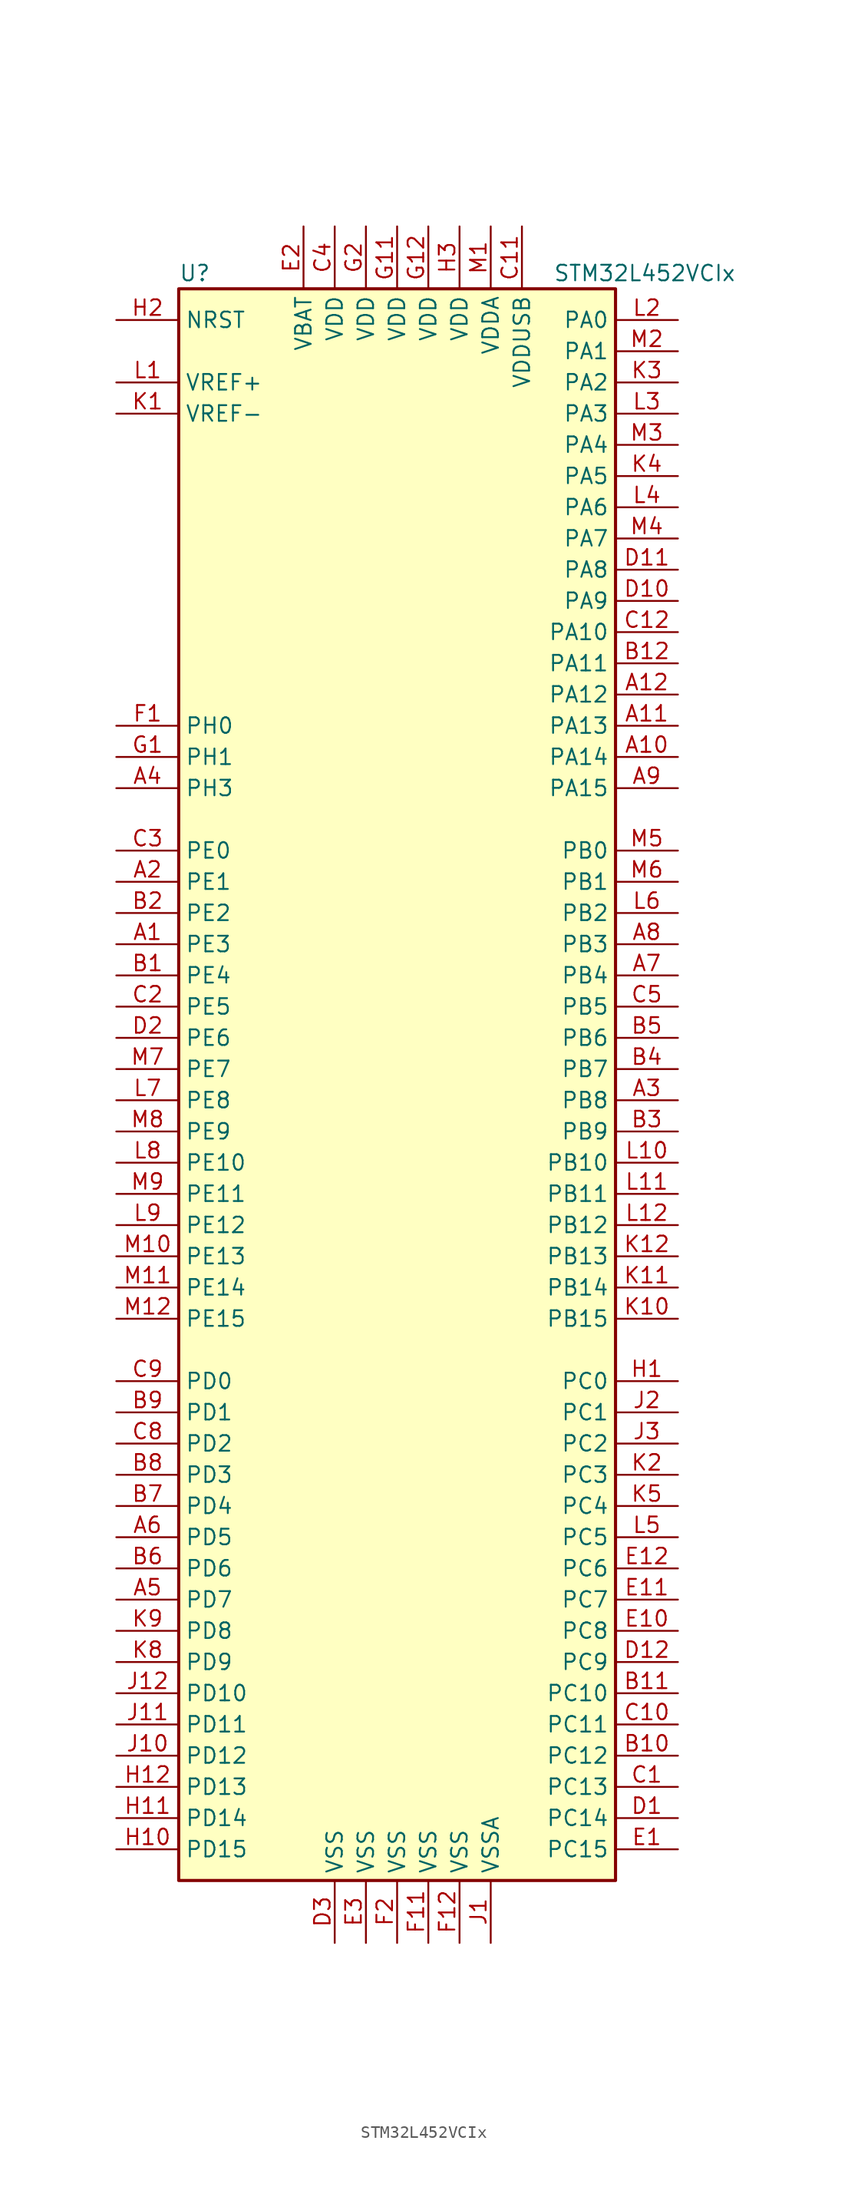
<source format=kicad_sym>
(kicad_symbol_lib
  (version 20201005)
  (generator kicad_symbol_editor)
  (symbol "STM32L452VCIx"
    (property "Reference" "U"
      (at -17.78 64.77 0)
      (effects (font (size 1.27 1.27)) (justify left)))
    (property "Value" "STM32L452VCIx"
      (at 12.7 64.77 0)
      (effects (font (size 1.27 1.27)) (justify left)))
    (symbol "STM32L452VCIx_0_1"
      (rectangle (start -17.78 -66.04) (end 17.78 63.5) (stroke (width 0.254)) (fill (type background))))
    (symbol "STM32L452VCIx_1_1"
      (pin input line (at -22.86 60.96 0) (length 5.08) (name "NRST" (effects (font (size 1.27 1.27)))) (number "H2" (effects (font (size 1.27 1.27)))))
      (pin bidirectional line (at 22.86 60.96 180) (length 5.08) (name "PA0" (effects (font (size 1.27 1.27)))) (number "L2" (effects (font (size 1.27 1.27)))))
      (pin bidirectional line (at 22.86 58.42 180) (length 5.08) (name "PA1" (effects (font (size 1.27 1.27)))) (number "M2" (effects (font (size 1.27 1.27)))))
      (pin bidirectional line (at 22.86 35.56 180) (length 5.08) (name "PA10" (effects (font (size 1.27 1.27)))) (number "C12" (effects (font (size 1.27 1.27)))))
      (pin bidirectional line (at 22.86 33.02 180) (length 5.08) (name "PA11" (effects (font (size 1.27 1.27)))) (number "B12" (effects (font (size 1.27 1.27)))))
      (pin bidirectional line (at 22.86 30.48 180) (length 5.08) (name "PA12" (effects (font (size 1.27 1.27)))) (number "A12" (effects (font (size 1.27 1.27)))))
      (pin bidirectional line (at 22.86 27.94 180) (length 5.08) (name "PA13" (effects (font (size 1.27 1.27)))) (number "A11" (effects (font (size 1.27 1.27)))))
      (pin bidirectional line (at 22.86 25.4 180) (length 5.08) (name "PA14" (effects (font (size 1.27 1.27)))) (number "A10" (effects (font (size 1.27 1.27)))))
      (pin bidirectional line (at 22.86 22.86 180) (length 5.08) (name "PA15" (effects (font (size 1.27 1.27)))) (number "A9" (effects (font (size 1.27 1.27)))))
      (pin bidirectional line (at 22.86 55.88 180) (length 5.08) (name "PA2" (effects (font (size 1.27 1.27)))) (number "K3" (effects (font (size 1.27 1.27)))))
      (pin bidirectional line (at 22.86 53.34 180) (length 5.08) (name "PA3" (effects (font (size 1.27 1.27)))) (number "L3" (effects (font (size 1.27 1.27)))))
      (pin bidirectional line (at 22.86 50.8 180) (length 5.08) (name "PA4" (effects (font (size 1.27 1.27)))) (number "M3" (effects (font (size 1.27 1.27)))))
      (pin bidirectional line (at 22.86 48.26 180) (length 5.08) (name "PA5" (effects (font (size 1.27 1.27)))) (number "K4" (effects (font (size 1.27 1.27)))))
      (pin bidirectional line (at 22.86 45.72 180) (length 5.08) (name "PA6" (effects (font (size 1.27 1.27)))) (number "L4" (effects (font (size 1.27 1.27)))))
      (pin bidirectional line (at 22.86 43.18 180) (length 5.08) (name "PA7" (effects (font (size 1.27 1.27)))) (number "M4" (effects (font (size 1.27 1.27)))))
      (pin bidirectional line (at 22.86 40.64 180) (length 5.08) (name "PA8" (effects (font (size 1.27 1.27)))) (number "D11" (effects (font (size 1.27 1.27)))))
      (pin bidirectional line (at 22.86 38.1 180) (length 5.08) (name "PA9" (effects (font (size 1.27 1.27)))) (number "D10" (effects (font (size 1.27 1.27)))))
      (pin bidirectional line (at 22.86 17.78 180) (length 5.08) (name "PB0" (effects (font (size 1.27 1.27)))) (number "M5" (effects (font (size 1.27 1.27)))))
      (pin bidirectional line (at 22.86 15.24 180) (length 5.08) (name "PB1" (effects (font (size 1.27 1.27)))) (number "M6" (effects (font (size 1.27 1.27)))))
      (pin bidirectional line (at 22.86 -7.62 180) (length 5.08) (name "PB10" (effects (font (size 1.27 1.27)))) (number "L10" (effects (font (size 1.27 1.27)))))
      (pin bidirectional line (at 22.86 -10.16 180) (length 5.08) (name "PB11" (effects (font (size 1.27 1.27)))) (number "L11" (effects (font (size 1.27 1.27)))))
      (pin bidirectional line (at 22.86 -12.7 180) (length 5.08) (name "PB12" (effects (font (size 1.27 1.27)))) (number "L12" (effects (font (size 1.27 1.27)))))
      (pin bidirectional line (at 22.86 -15.24 180) (length 5.08) (name "PB13" (effects (font (size 1.27 1.27)))) (number "K12" (effects (font (size 1.27 1.27)))))
      (pin bidirectional line (at 22.86 -17.78 180) (length 5.08) (name "PB14" (effects (font (size 1.27 1.27)))) (number "K11" (effects (font (size 1.27 1.27)))))
      (pin bidirectional line (at 22.86 -20.32 180) (length 5.08) (name "PB15" (effects (font (size 1.27 1.27)))) (number "K10" (effects (font (size 1.27 1.27)))))
      (pin bidirectional line (at 22.86 12.7 180) (length 5.08) (name "PB2" (effects (font (size 1.27 1.27)))) (number "L6" (effects (font (size 1.27 1.27)))))
      (pin bidirectional line (at 22.86 10.16 180) (length 5.08) (name "PB3" (effects (font (size 1.27 1.27)))) (number "A8" (effects (font (size 1.27 1.27)))))
      (pin bidirectional line (at 22.86 7.62 180) (length 5.08) (name "PB4" (effects (font (size 1.27 1.27)))) (number "A7" (effects (font (size 1.27 1.27)))))
      (pin bidirectional line (at 22.86 5.08 180) (length 5.08) (name "PB5" (effects (font (size 1.27 1.27)))) (number "C5" (effects (font (size 1.27 1.27)))))
      (pin bidirectional line (at 22.86 2.54 180) (length 5.08) (name "PB6" (effects (font (size 1.27 1.27)))) (number "B5" (effects (font (size 1.27 1.27)))))
      (pin bidirectional line (at 22.86 0 180) (length 5.08) (name "PB7" (effects (font (size 1.27 1.27)))) (number "B4" (effects (font (size 1.27 1.27)))))
      (pin bidirectional line (at 22.86 -2.54 180) (length 5.08) (name "PB8" (effects (font (size 1.27 1.27)))) (number "A3" (effects (font (size 1.27 1.27)))))
      (pin bidirectional line (at 22.86 -5.08 180) (length 5.08) (name "PB9" (effects (font (size 1.27 1.27)))) (number "B3" (effects (font (size 1.27 1.27)))))
      (pin bidirectional line (at 22.86 -25.4 180) (length 5.08) (name "PC0" (effects (font (size 1.27 1.27)))) (number "H1" (effects (font (size 1.27 1.27)))))
      (pin bidirectional line (at 22.86 -27.94 180) (length 5.08) (name "PC1" (effects (font (size 1.27 1.27)))) (number "J2" (effects (font (size 1.27 1.27)))))
      (pin bidirectional line (at 22.86 -50.8 180) (length 5.08) (name "PC10" (effects (font (size 1.27 1.27)))) (number "B11" (effects (font (size 1.27 1.27)))))
      (pin bidirectional line (at 22.86 -53.34 180) (length 5.08) (name "PC11" (effects (font (size 1.27 1.27)))) (number "C10" (effects (font (size 1.27 1.27)))))
      (pin bidirectional line (at 22.86 -55.88 180) (length 5.08) (name "PC12" (effects (font (size 1.27 1.27)))) (number "B10" (effects (font (size 1.27 1.27)))))
      (pin bidirectional line (at 22.86 -58.42 180) (length 5.08) (name "PC13" (effects (font (size 1.27 1.27)))) (number "C1" (effects (font (size 1.27 1.27)))))
      (pin bidirectional line (at 22.86 -60.96 180) (length 5.08) (name "PC14" (effects (font (size 1.27 1.27)))) (number "D1" (effects (font (size 1.27 1.27)))))
      (pin bidirectional line (at 22.86 -63.5 180) (length 5.08) (name "PC15" (effects (font (size 1.27 1.27)))) (number "E1" (effects (font (size 1.27 1.27)))))
      (pin bidirectional line (at 22.86 -30.48 180) (length 5.08) (name "PC2" (effects (font (size 1.27 1.27)))) (number "J3" (effects (font (size 1.27 1.27)))))
      (pin bidirectional line (at 22.86 -33.02 180) (length 5.08) (name "PC3" (effects (font (size 1.27 1.27)))) (number "K2" (effects (font (size 1.27 1.27)))))
      (pin bidirectional line (at 22.86 -35.56 180) (length 5.08) (name "PC4" (effects (font (size 1.27 1.27)))) (number "K5" (effects (font (size 1.27 1.27)))))
      (pin bidirectional line (at 22.86 -38.1 180) (length 5.08) (name "PC5" (effects (font (size 1.27 1.27)))) (number "L5" (effects (font (size 1.27 1.27)))))
      (pin bidirectional line (at 22.86 -40.64 180) (length 5.08) (name "PC6" (effects (font (size 1.27 1.27)))) (number "E12" (effects (font (size 1.27 1.27)))))
      (pin bidirectional line (at 22.86 -43.18 180) (length 5.08) (name "PC7" (effects (font (size 1.27 1.27)))) (number "E11" (effects (font (size 1.27 1.27)))))
      (pin bidirectional line (at 22.86 -45.72 180) (length 5.08) (name "PC8" (effects (font (size 1.27 1.27)))) (number "E10" (effects (font (size 1.27 1.27)))))
      (pin bidirectional line (at 22.86 -48.26 180) (length 5.08) (name "PC9" (effects (font (size 1.27 1.27)))) (number "D12" (effects (font (size 1.27 1.27)))))
      (pin bidirectional line (at -22.86 -25.4 0) (length 5.08) (name "PD0" (effects (font (size 1.27 1.27)))) (number "C9" (effects (font (size 1.27 1.27)))))
      (pin bidirectional line (at -22.86 -27.94 0) (length 5.08) (name "PD1" (effects (font (size 1.27 1.27)))) (number "B9" (effects (font (size 1.27 1.27)))))
      (pin bidirectional line (at -22.86 -50.8 0) (length 5.08) (name "PD10" (effects (font (size 1.27 1.27)))) (number "J12" (effects (font (size 1.27 1.27)))))
      (pin bidirectional line (at -22.86 -53.34 0) (length 5.08) (name "PD11" (effects (font (size 1.27 1.27)))) (number "J11" (effects (font (size 1.27 1.27)))))
      (pin bidirectional line (at -22.86 -55.88 0) (length 5.08) (name "PD12" (effects (font (size 1.27 1.27)))) (number "J10" (effects (font (size 1.27 1.27)))))
      (pin bidirectional line (at -22.86 -58.42 0) (length 5.08) (name "PD13" (effects (font (size 1.27 1.27)))) (number "H12" (effects (font (size 1.27 1.27)))))
      (pin bidirectional line (at -22.86 -60.96 0) (length 5.08) (name "PD14" (effects (font (size 1.27 1.27)))) (number "H11" (effects (font (size 1.27 1.27)))))
      (pin bidirectional line (at -22.86 -63.5 0) (length 5.08) (name "PD15" (effects (font (size 1.27 1.27)))) (number "H10" (effects (font (size 1.27 1.27)))))
      (pin bidirectional line (at -22.86 -30.48 0) (length 5.08) (name "PD2" (effects (font (size 1.27 1.27)))) (number "C8" (effects (font (size 1.27 1.27)))))
      (pin bidirectional line (at -22.86 -33.02 0) (length 5.08) (name "PD3" (effects (font (size 1.27 1.27)))) (number "B8" (effects (font (size 1.27 1.27)))))
      (pin bidirectional line (at -22.86 -35.56 0) (length 5.08) (name "PD4" (effects (font (size 1.27 1.27)))) (number "B7" (effects (font (size 1.27 1.27)))))
      (pin bidirectional line (at -22.86 -38.1 0) (length 5.08) (name "PD5" (effects (font (size 1.27 1.27)))) (number "A6" (effects (font (size 1.27 1.27)))))
      (pin bidirectional line (at -22.86 -40.64 0) (length 5.08) (name "PD6" (effects (font (size 1.27 1.27)))) (number "B6" (effects (font (size 1.27 1.27)))))
      (pin bidirectional line (at -22.86 -43.18 0) (length 5.08) (name "PD7" (effects (font (size 1.27 1.27)))) (number "A5" (effects (font (size 1.27 1.27)))))
      (pin bidirectional line (at -22.86 -45.72 0) (length 5.08) (name "PD8" (effects (font (size 1.27 1.27)))) (number "K9" (effects (font (size 1.27 1.27)))))
      (pin bidirectional line (at -22.86 -48.26 0) (length 5.08) (name "PD9" (effects (font (size 1.27 1.27)))) (number "K8" (effects (font (size 1.27 1.27)))))
      (pin bidirectional line (at -22.86 17.78 0) (length 5.08) (name "PE0" (effects (font (size 1.27 1.27)))) (number "C3" (effects (font (size 1.27 1.27)))))
      (pin bidirectional line (at -22.86 15.24 0) (length 5.08) (name "PE1" (effects (font (size 1.27 1.27)))) (number "A2" (effects (font (size 1.27 1.27)))))
      (pin bidirectional line (at -22.86 -7.62 0) (length 5.08) (name "PE10" (effects (font (size 1.27 1.27)))) (number "L8" (effects (font (size 1.27 1.27)))))
      (pin bidirectional line (at -22.86 -10.16 0) (length 5.08) (name "PE11" (effects (font (size 1.27 1.27)))) (number "M9" (effects (font (size 1.27 1.27)))))
      (pin bidirectional line (at -22.86 -12.7 0) (length 5.08) (name "PE12" (effects (font (size 1.27 1.27)))) (number "L9" (effects (font (size 1.27 1.27)))))
      (pin bidirectional line (at -22.86 -15.24 0) (length 5.08) (name "PE13" (effects (font (size 1.27 1.27)))) (number "M10" (effects (font (size 1.27 1.27)))))
      (pin bidirectional line (at -22.86 -17.78 0) (length 5.08) (name "PE14" (effects (font (size 1.27 1.27)))) (number "M11" (effects (font (size 1.27 1.27)))))
      (pin bidirectional line (at -22.86 -20.32 0) (length 5.08) (name "PE15" (effects (font (size 1.27 1.27)))) (number "M12" (effects (font (size 1.27 1.27)))))
      (pin bidirectional line (at -22.86 12.7 0) (length 5.08) (name "PE2" (effects (font (size 1.27 1.27)))) (number "B2" (effects (font (size 1.27 1.27)))))
      (pin bidirectional line (at -22.86 10.16 0) (length 5.08) (name "PE3" (effects (font (size 1.27 1.27)))) (number "A1" (effects (font (size 1.27 1.27)))))
      (pin bidirectional line (at -22.86 7.62 0) (length 5.08) (name "PE4" (effects (font (size 1.27 1.27)))) (number "B1" (effects (font (size 1.27 1.27)))))
      (pin bidirectional line (at -22.86 5.08 0) (length 5.08) (name "PE5" (effects (font (size 1.27 1.27)))) (number "C2" (effects (font (size 1.27 1.27)))))
      (pin bidirectional line (at -22.86 2.54 0) (length 5.08) (name "PE6" (effects (font (size 1.27 1.27)))) (number "D2" (effects (font (size 1.27 1.27)))))
      (pin bidirectional line (at -22.86 0 0) (length 5.08) (name "PE7" (effects (font (size 1.27 1.27)))) (number "M7" (effects (font (size 1.27 1.27)))))
      (pin bidirectional line (at -22.86 -2.54 0) (length 5.08) (name "PE8" (effects (font (size 1.27 1.27)))) (number "L7" (effects (font (size 1.27 1.27)))))
      (pin bidirectional line (at -22.86 -5.08 0) (length 5.08) (name "PE9" (effects (font (size 1.27 1.27)))) (number "M8" (effects (font (size 1.27 1.27)))))
      (pin input line (at -22.86 27.94 0) (length 5.08) (name "PH0" (effects (font (size 1.27 1.27)))) (number "F1" (effects (font (size 1.27 1.27)))))
      (pin input line (at -22.86 25.4 0) (length 5.08) (name "PH1" (effects (font (size 1.27 1.27)))) (number "G1" (effects (font (size 1.27 1.27)))))
      (pin bidirectional line (at -22.86 22.86 0) (length 5.08) (name "PH3" (effects (font (size 1.27 1.27)))) (number "A4" (effects (font (size 1.27 1.27)))))
      (pin power_in line (at -7.62 68.58 270) (length 5.08) (name "VBAT" (effects (font (size 1.27 1.27)))) (number "E2" (effects (font (size 1.27 1.27)))))
      (pin power_in line (at -5.08 68.58 270) (length 5.08) (name "VDD" (effects (font (size 1.27 1.27)))) (number "C4" (effects (font (size 1.27 1.27)))))
      (pin power_in line (at 0 68.58 270) (length 5.08) (name "VDD" (effects (font (size 1.27 1.27)))) (number "G11" (effects (font (size 1.27 1.27)))))
      (pin power_in line (at 2.54 68.58 270) (length 5.08) (name "VDD" (effects (font (size 1.27 1.27)))) (number "G12" (effects (font (size 1.27 1.27)))))
      (pin power_in line (at -2.54 68.58 270) (length 5.08) (name "VDD" (effects (font (size 1.27 1.27)))) (number "G2" (effects (font (size 1.27 1.27)))))
      (pin power_in line (at 5.08 68.58 270) (length 5.08) (name "VDD" (effects (font (size 1.27 1.27)))) (number "H3" (effects (font (size 1.27 1.27)))))
      (pin power_in line (at 7.62 68.58 270) (length 5.08) (name "VDDA" (effects (font (size 1.27 1.27)))) (number "M1" (effects (font (size 1.27 1.27)))))
      (pin power_in line (at 10.16 68.58 270) (length 5.08) (name "VDDUSB" (effects (font (size 1.27 1.27)))) (number "C11" (effects (font (size 1.27 1.27)))))
      (pin bidirectional line (at -22.86 55.88 0) (length 5.08) (name "VREF+" (effects (font (size 1.27 1.27)))) (number "L1" (effects (font (size 1.27 1.27)))))
      (pin power_in line (at -22.86 53.34 0) (length 5.08) (name "VREF-" (effects (font (size 1.27 1.27)))) (number "K1" (effects (font (size 1.27 1.27)))))
      (pin power_in line (at -5.08 -71.12 90) (length 5.08) (name "VSS" (effects (font (size 1.27 1.27)))) (number "D3" (effects (font (size 1.27 1.27)))))
      (pin power_in line (at -2.54 -71.12 90) (length 5.08) (name "VSS" (effects (font (size 1.27 1.27)))) (number "E3" (effects (font (size 1.27 1.27)))))
      (pin power_in line (at 2.54 -71.12 90) (length 5.08) (name "VSS" (effects (font (size 1.27 1.27)))) (number "F11" (effects (font (size 1.27 1.27)))))
      (pin power_in line (at 5.08 -71.12 90) (length 5.08) (name "VSS" (effects (font (size 1.27 1.27)))) (number "F12" (effects (font (size 1.27 1.27)))))
      (pin power_in line (at 0 -71.12 90) (length 5.08) (name "VSS" (effects (font (size 1.27 1.27)))) (number "F2" (effects (font (size 1.27 1.27)))))
      (pin power_in line (at 7.62 -71.12 90) (length 5.08) (name "VSSA" (effects (font (size 1.27 1.27)))) (number "J1" (effects (font (size 1.27 1.27))))))))
</source>
